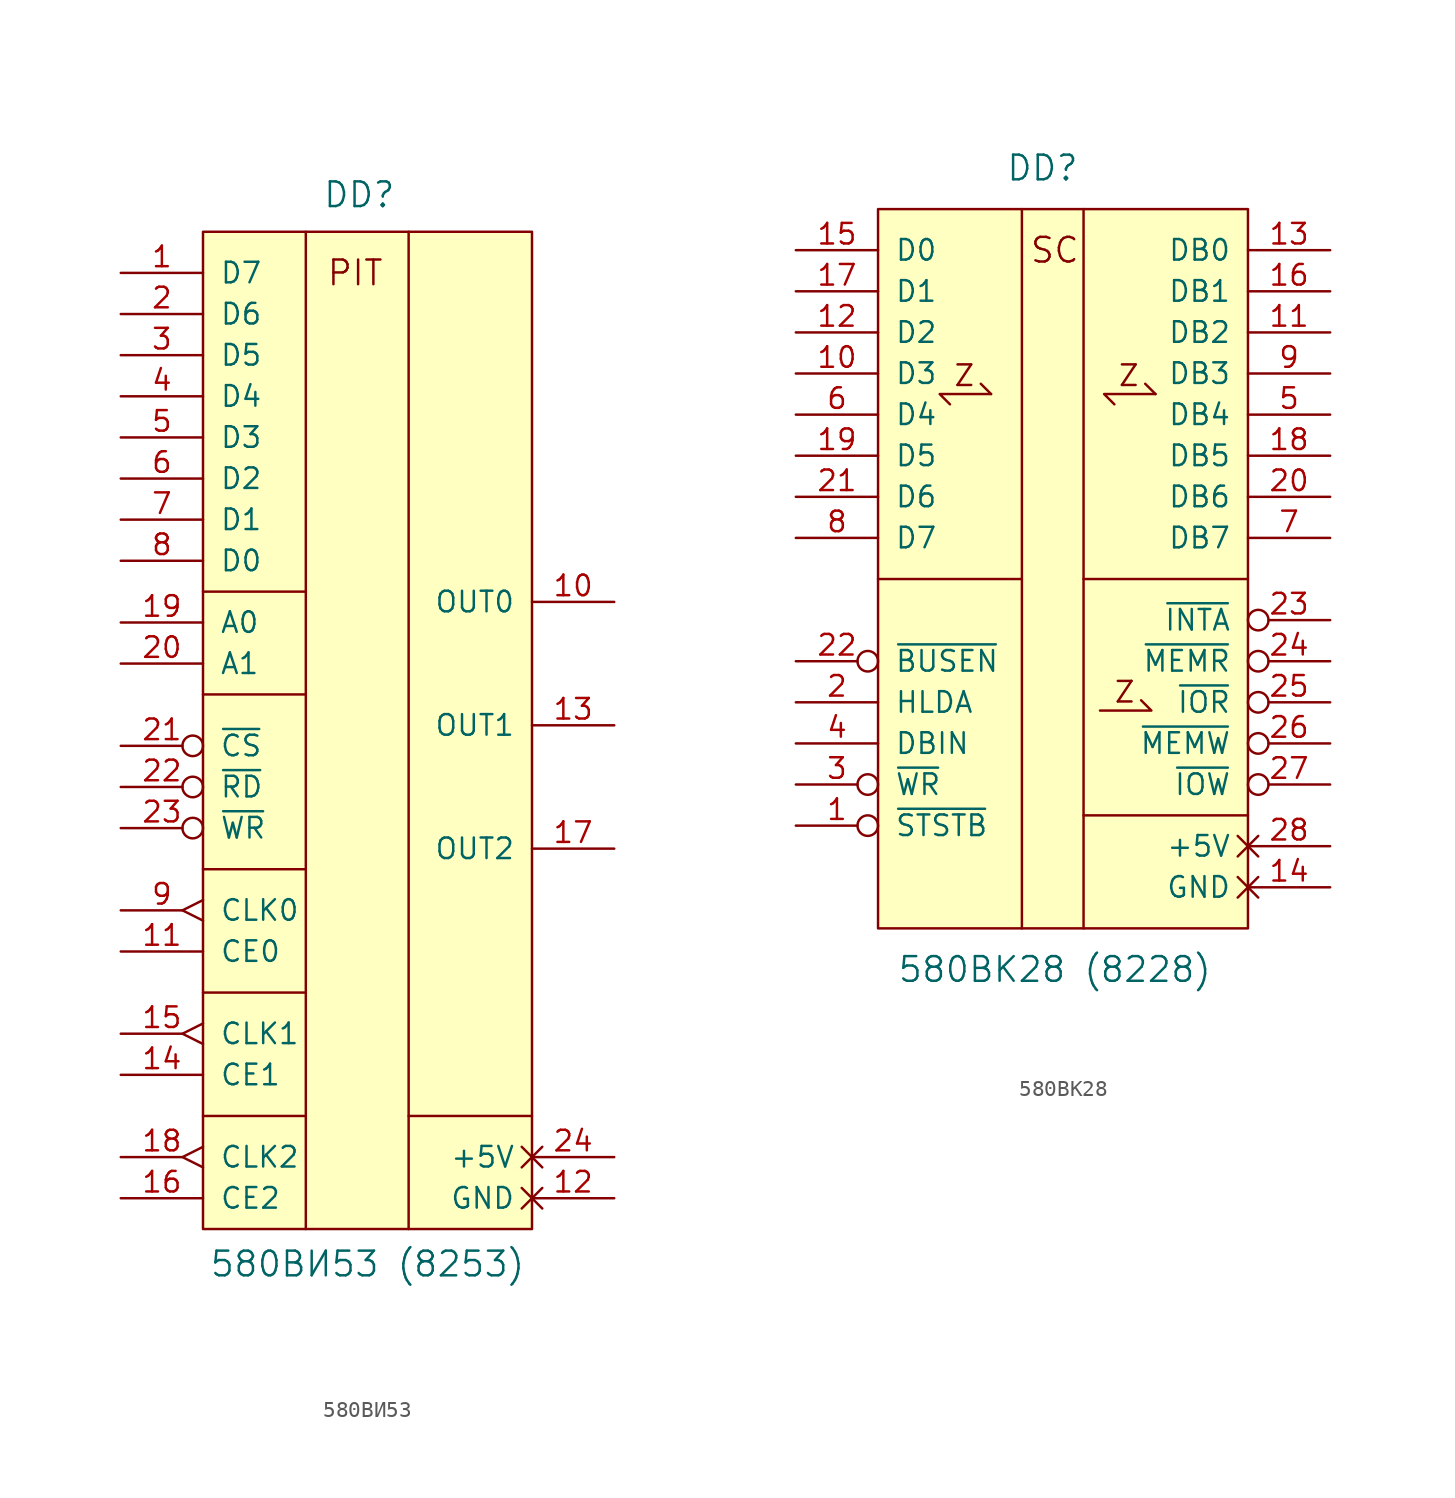
<source format=kicad_sym>
(kicad_symbol_lib
  (version 20231120)
  (generator "kicad_symbol_editor")
  (generator_version "8.0")
  (symbol "580ВИ53"
    (pin_names
      (offset 1.016))
    (property "Reference" "DD"
      (at -0.508 32.766 0)
      (effects (font (size 1.524 1.524))))
    (property "Value" "580ВИ53 (8253)"
      (at 0 -33.274 0)
      (effects (font (size 1.524 1.524))))
    (symbol "580ВИ53_0_0"
      (polyline (pts (xy -10.16 -24.13) (xy -3.81 -24.13)) (stroke (width 0) (type solid)) (fill (type none)))
      (polyline (pts (xy -10.16 -16.51) (xy -3.81 -16.51)) (stroke (width 0) (type solid)) (fill (type none)))
      (polyline (pts (xy -10.16 -8.89) (xy -3.81 -8.89)) (stroke (width 0) (type solid)) (fill (type none)))
      (polyline (pts (xy -10.16 1.905) (xy -3.81 1.905)) (stroke (width 0) (type solid)) (fill (type none)))
      (polyline (pts (xy -10.16 8.255) (xy -3.81 8.255)) (stroke (width 0) (type solid)) (fill (type none)))
      (polyline (pts (xy -3.81 -31.115) (xy -3.81 30.48)) (stroke (width 0) (type solid)) (fill (type none)))
      (polyline (pts (xy 2.54 -24.13) (xy 10.16 -24.13)) (stroke (width 0) (type solid)) (fill (type none)))
      (polyline (pts (xy 2.54 30.48) (xy 2.54 -31.115)) (stroke (width 0) (type solid)) (fill (type none))))
    (symbol "580ВИ53_0_1"
      (pin output line (at 15.24 7.62 180) (length 5.08) (name "OUT0" (effects (font (size 1.27 1.27)))) (number "10" (effects (font (size 1.27 1.27)))))
      (pin input line (at -15.24 -13.97 0) (length 5.08) (name "CE0" (effects (font (size 1.27 1.27)))) (number "11" (effects (font (size 1.27 1.27)))))
      (pin output line (at 15.24 0 180) (length 5.08) (name "OUT1" (effects (font (size 1.27 1.27)))) (number "13" (effects (font (size 1.27 1.27)))))
      (pin input line (at -15.24 -21.59 0) (length 5.08) (name "CE1" (effects (font (size 1.27 1.27)))) (number "14" (effects (font (size 1.27 1.27)))))
      (pin input line (at -15.24 -29.21 0) (length 5.08) (name "CE2" (effects (font (size 1.27 1.27)))) (number "16" (effects (font (size 1.27 1.27)))))
      (pin output line (at 15.24 -7.62 180) (length 5.08) (name "OUT2" (effects (font (size 1.27 1.27)))) (number "17" (effects (font (size 1.27 1.27)))))
      (pin input line (at -15.24 6.35 0) (length 5.08) (name "A0" (effects (font (size 1.27 1.27)))) (number "19" (effects (font (size 1.27 1.27)))))
      (pin input line (at -15.24 3.81 0) (length 5.08) (name "A1" (effects (font (size 1.27 1.27)))) (number "20" (effects (font (size 1.27 1.27)))))
      (pin input inverted (at -15.24 -3.81 0) (length 5.08) (name "~{RD}" (effects (font (size 1.27 1.27)))) (number "22" (effects (font (size 1.27 1.27)))))
      (pin input inverted (at -15.24 -6.35 0) (length 5.08) (name "~{WR}" (effects (font (size 1.27 1.27)))) (number "23" (effects (font (size 1.27 1.27))))))
    (symbol "580ВИ53_1_0"
      (rectangle (start -10.16 30.48) (end 10.16 -31.115) (stroke (width 0) (type solid)) (fill (type background)))
      (text "PIT" (at -0.762 27.94 0) (effects (font (size 1.524 1.524)))))
    (symbol "580ВИ53_1_1"
      (pin bidirectional line (at -15.24 27.94 0) (length 5.08) (name "D7" (effects (font (size 1.27 1.27)))) (number "1" (effects (font (size 1.27 1.27)))))
      (pin power_in non_logic (at 15.24 -29.21 180) (length 5.08) (name "GND" (effects (font (size 1.27 1.27)))) (number "12" (effects (font (size 1.27 1.27)))))
      (pin input edge_clock_high (at -15.24 -19.05 0) (length 5.08) (name "CLK1" (effects (font (size 1.27 1.27)))) (number "15" (effects (font (size 1.27 1.27)))))
      (pin input edge_clock_high (at -15.24 -26.67 0) (length 5.08) (name "CLK2" (effects (font (size 1.27 1.27)))) (number "18" (effects (font (size 1.27 1.27)))))
      (pin bidirectional line (at -15.24 25.4 0) (length 5.08) (name "D6" (effects (font (size 1.27 1.27)))) (number "2" (effects (font (size 1.27 1.27)))))
      (pin input inverted (at -15.24 -1.27 0) (length 5.08) (name "~{CS}" (effects (font (size 1.27 1.27)))) (number "21" (effects (font (size 1.27 1.27)))))
      (pin power_in non_logic (at 15.24 -26.67 180) (length 5.08) (name "+5V" (effects (font (size 1.27 1.27)))) (number "24" (effects (font (size 1.27 1.27)))))
      (pin bidirectional line (at -15.24 22.86 0) (length 5.08) (name "D5" (effects (font (size 1.27 1.27)))) (number "3" (effects (font (size 1.27 1.27)))))
      (pin bidirectional line (at -15.24 20.32 0) (length 5.08) (name "D4" (effects (font (size 1.27 1.27)))) (number "4" (effects (font (size 1.27 1.27)))))
      (pin bidirectional line (at -15.24 17.78 0) (length 5.08) (name "D3" (effects (font (size 1.27 1.27)))) (number "5" (effects (font (size 1.27 1.27)))))
      (pin bidirectional line (at -15.24 15.24 0) (length 5.08) (name "D2" (effects (font (size 1.27 1.27)))) (number "6" (effects (font (size 1.27 1.27)))))
      (pin bidirectional line (at -15.24 12.7 0) (length 5.08) (name "D1" (effects (font (size 1.27 1.27)))) (number "7" (effects (font (size 1.27 1.27)))))
      (pin bidirectional line (at -15.24 10.16 0) (length 5.08) (name "D0" (effects (font (size 1.27 1.27)))) (number "8" (effects (font (size 1.27 1.27)))))
      (pin input edge_clock_high (at -15.24 -11.43 0) (length 5.08) (name "CLK0" (effects (font (size 1.27 1.27)))) (number "9" (effects (font (size 1.27 1.27)))))))
  (symbol "580ВК28"
    (pin_names
      (offset 1.016))
    (property "Reference" "DD"
      (at -1.27 24.13 0)
      (effects (font (size 1.524 1.524))))
    (property "Value" "580ВК28 (8228)"
      (at -0.508 -25.4 0)
      (effects (font (size 1.524 1.524))))
    (symbol "580ВК28_0_0"
      (polyline (pts (xy -4.445 10.16) (xy -5.08 10.795)) (stroke (width 0) (type default)) (fill (type none)))
      (polyline (pts (xy -2.54 -22.86) (xy -2.54 21.59)) (stroke (width 0) (type solid)) (fill (type none)))
      (polyline (pts (xy -2.54 -1.27) (xy -11.43 -1.27)) (stroke (width 0) (type solid)) (fill (type none)))
      (polyline (pts (xy 1.27 -22.86) (xy 1.27 21.59)) (stroke (width 0) (type solid)) (fill (type none)))
      (polyline (pts (xy 5.715 10.16) (xy 5.08 10.795)) (stroke (width 0) (type default)) (fill (type none)))
      (polyline (pts (xy 11.43 -15.875) (xy 1.27 -15.875)) (stroke (width 0) (type solid)) (fill (type none)))
      (polyline (pts (xy 11.43 -1.27) (xy 1.27 -1.27)) (stroke (width 0) (type solid)) (fill (type none)))
      (polyline (pts (xy -6.985 9.525) (xy -7.62 10.16) (xy -4.445 10.16)) (stroke (width 0) (type default)) (fill (type none)))
      (polyline (pts (xy 3.175 9.525) (xy 2.54 10.16) (xy 5.715 10.16)) (stroke (width 0) (type default)) (fill (type none)))
      (polyline (pts (xy 4.826 -8.763) (xy 5.461 -9.398) (xy 2.286 -9.398)) (stroke (width 0) (type default)) (fill (type none)))
      (text "SC" (at -0.508 19.05 0) (effects (font (size 1.524 1.524)))))
    (symbol "580ВК28_0_1"
      (pin bidirectional line (at -16.51 11.43 0) (length 5.08) (name "D3" (effects (font (size 1.27 1.27)))) (number "10" (effects (font (size 1.27 1.27)))))
      (pin bidirectional line (at -16.51 13.97 0) (length 5.08) (name "D2" (effects (font (size 1.27 1.27)))) (number "12" (effects (font (size 1.27 1.27)))))
      (pin bidirectional line (at -16.51 19.05 0) (length 5.08) (name "D0" (effects (font (size 1.27 1.27)))) (number "15" (effects (font (size 1.27 1.27)))))
      (pin bidirectional line (at -16.51 16.51 0) (length 5.08) (name "D1" (effects (font (size 1.27 1.27)))) (number "17" (effects (font (size 1.27 1.27)))))
      (pin bidirectional line (at -16.51 6.35 0) (length 5.08) (name "D5" (effects (font (size 1.27 1.27)))) (number "19" (effects (font (size 1.27 1.27)))))
      (pin input line (at -16.51 -8.89 0) (length 5.08) (name "HLDA" (effects (font (size 1.27 1.27)))) (number "2" (effects (font (size 1.27 1.27)))))
      (pin bidirectional line (at -16.51 3.81 0) (length 5.08) (name "D6" (effects (font (size 1.27 1.27)))) (number "21" (effects (font (size 1.27 1.27)))))
      (pin input inverted (at -16.51 -6.35 0) (length 5.08) (name "~{BUSEN}" (effects (font (size 1.27 1.27)))) (number "22" (effects (font (size 1.27 1.27)))))
      (pin output inverted (at 16.51 -3.81 180) (length 5.08) (name "~{INTA}" (effects (font (size 1.27 1.27)))) (number "23" (effects (font (size 1.27 1.27)))))
      (pin bidirectional line (at -16.51 8.89 0) (length 5.08) (name "D4" (effects (font (size 1.27 1.27)))) (number "6" (effects (font (size 1.27 1.27)))))
      (pin bidirectional line (at -16.51 1.27 0) (length 5.08) (name "D7" (effects (font (size 1.27 1.27)))) (number "8" (effects (font (size 1.27 1.27))))))
    (symbol "580ВК28_1_0"
      (rectangle (start -11.43 21.59) (end 11.43 -22.86) (stroke (width 0) (type solid)) (fill (type background)))
      (text "Z" (at -6.096 11.303 0) (effects (font (size 1.27 1.27))))
      (text "Z" (at 3.81 -8.255 0) (effects (font (size 1.27 1.27))))
      (text "Z" (at 4.064 11.303 0) (effects (font (size 1.27 1.27)))))
    (symbol "580ВК28_1_1"
      (pin input inverted (at -16.51 -16.51 0) (length 5.08) (name "~{STSTB}" (effects (font (size 1.27 1.27)))) (number "1" (effects (font (size 1.27 1.27)))))
      (pin tri_state line (at 16.51 13.97 180) (length 5.08) (name "DB2" (effects (font (size 1.27 1.27)))) (number "11" (effects (font (size 1.27 1.27)))))
      (pin tri_state line (at 16.51 19.05 180) (length 5.08) (name "DB0" (effects (font (size 1.27 1.27)))) (number "13" (effects (font (size 1.27 1.27)))))
      (pin power_in non_logic (at 16.51 -20.32 180) (length 5.08) (name "GND" (effects (font (size 1.27 1.27)))) (number "14" (effects (font (size 1.27 1.27)))))
      (pin tri_state line (at 16.51 16.51 180) (length 5.08) (name "DB1" (effects (font (size 1.27 1.27)))) (number "16" (effects (font (size 1.27 1.27)))))
      (pin tri_state line (at 16.51 6.35 180) (length 5.08) (name "DB5" (effects (font (size 1.27 1.27)))) (number "18" (effects (font (size 1.27 1.27)))))
      (pin tri_state line (at 16.51 3.81 180) (length 5.08) (name "DB6" (effects (font (size 1.27 1.27)))) (number "20" (effects (font (size 1.27 1.27)))))
      (pin output inverted (at 16.51 -6.35 180) (length 5.08) (name "~{MEMR}" (effects (font (size 1.27 1.27)))) (number "24" (effects (font (size 1.27 1.27)))))
      (pin output inverted (at 16.51 -8.89 180) (length 5.08) (name "~{IOR}" (effects (font (size 1.27 1.27)))) (number "25" (effects (font (size 1.27 1.27)))))
      (pin output inverted (at 16.51 -11.43 180) (length 5.08) (name "~{MEMW}" (effects (font (size 1.27 1.27)))) (number "26" (effects (font (size 1.27 1.27)))))
      (pin output inverted (at 16.51 -13.97 180) (length 5.08) (name "~{IOW}" (effects (font (size 1.27 1.27)))) (number "27" (effects (font (size 1.27 1.27)))))
      (pin power_in non_logic (at 16.51 -17.78 180) (length 5.08) (name "+5V" (effects (font (size 1.27 1.27)))) (number "28" (effects (font (size 1.27 1.27)))))
      (pin input inverted (at -16.51 -13.97 0) (length 5.08) (name "~{WR}" (effects (font (size 1.27 1.27)))) (number "3" (effects (font (size 1.27 1.27)))))
      (pin input line (at -16.51 -11.43 0) (length 5.08) (name "DBIN" (effects (font (size 1.27 1.27)))) (number "4" (effects (font (size 1.27 1.27)))))
      (pin tri_state line (at 16.51 8.89 180) (length 5.08) (name "DB4" (effects (font (size 1.27 1.27)))) (number "5" (effects (font (size 1.27 1.27)))))
      (pin tri_state line (at 16.51 1.27 180) (length 5.08) (name "DB7" (effects (font (size 1.27 1.27)))) (number "7" (effects (font (size 1.27 1.27)))))
      (pin tri_state line (at 16.51 11.43 180) (length 5.08) (name "DB3" (effects (font (size 1.27 1.27)))) (number "9" (effects (font (size 1.27 1.27))))))))
</source>
